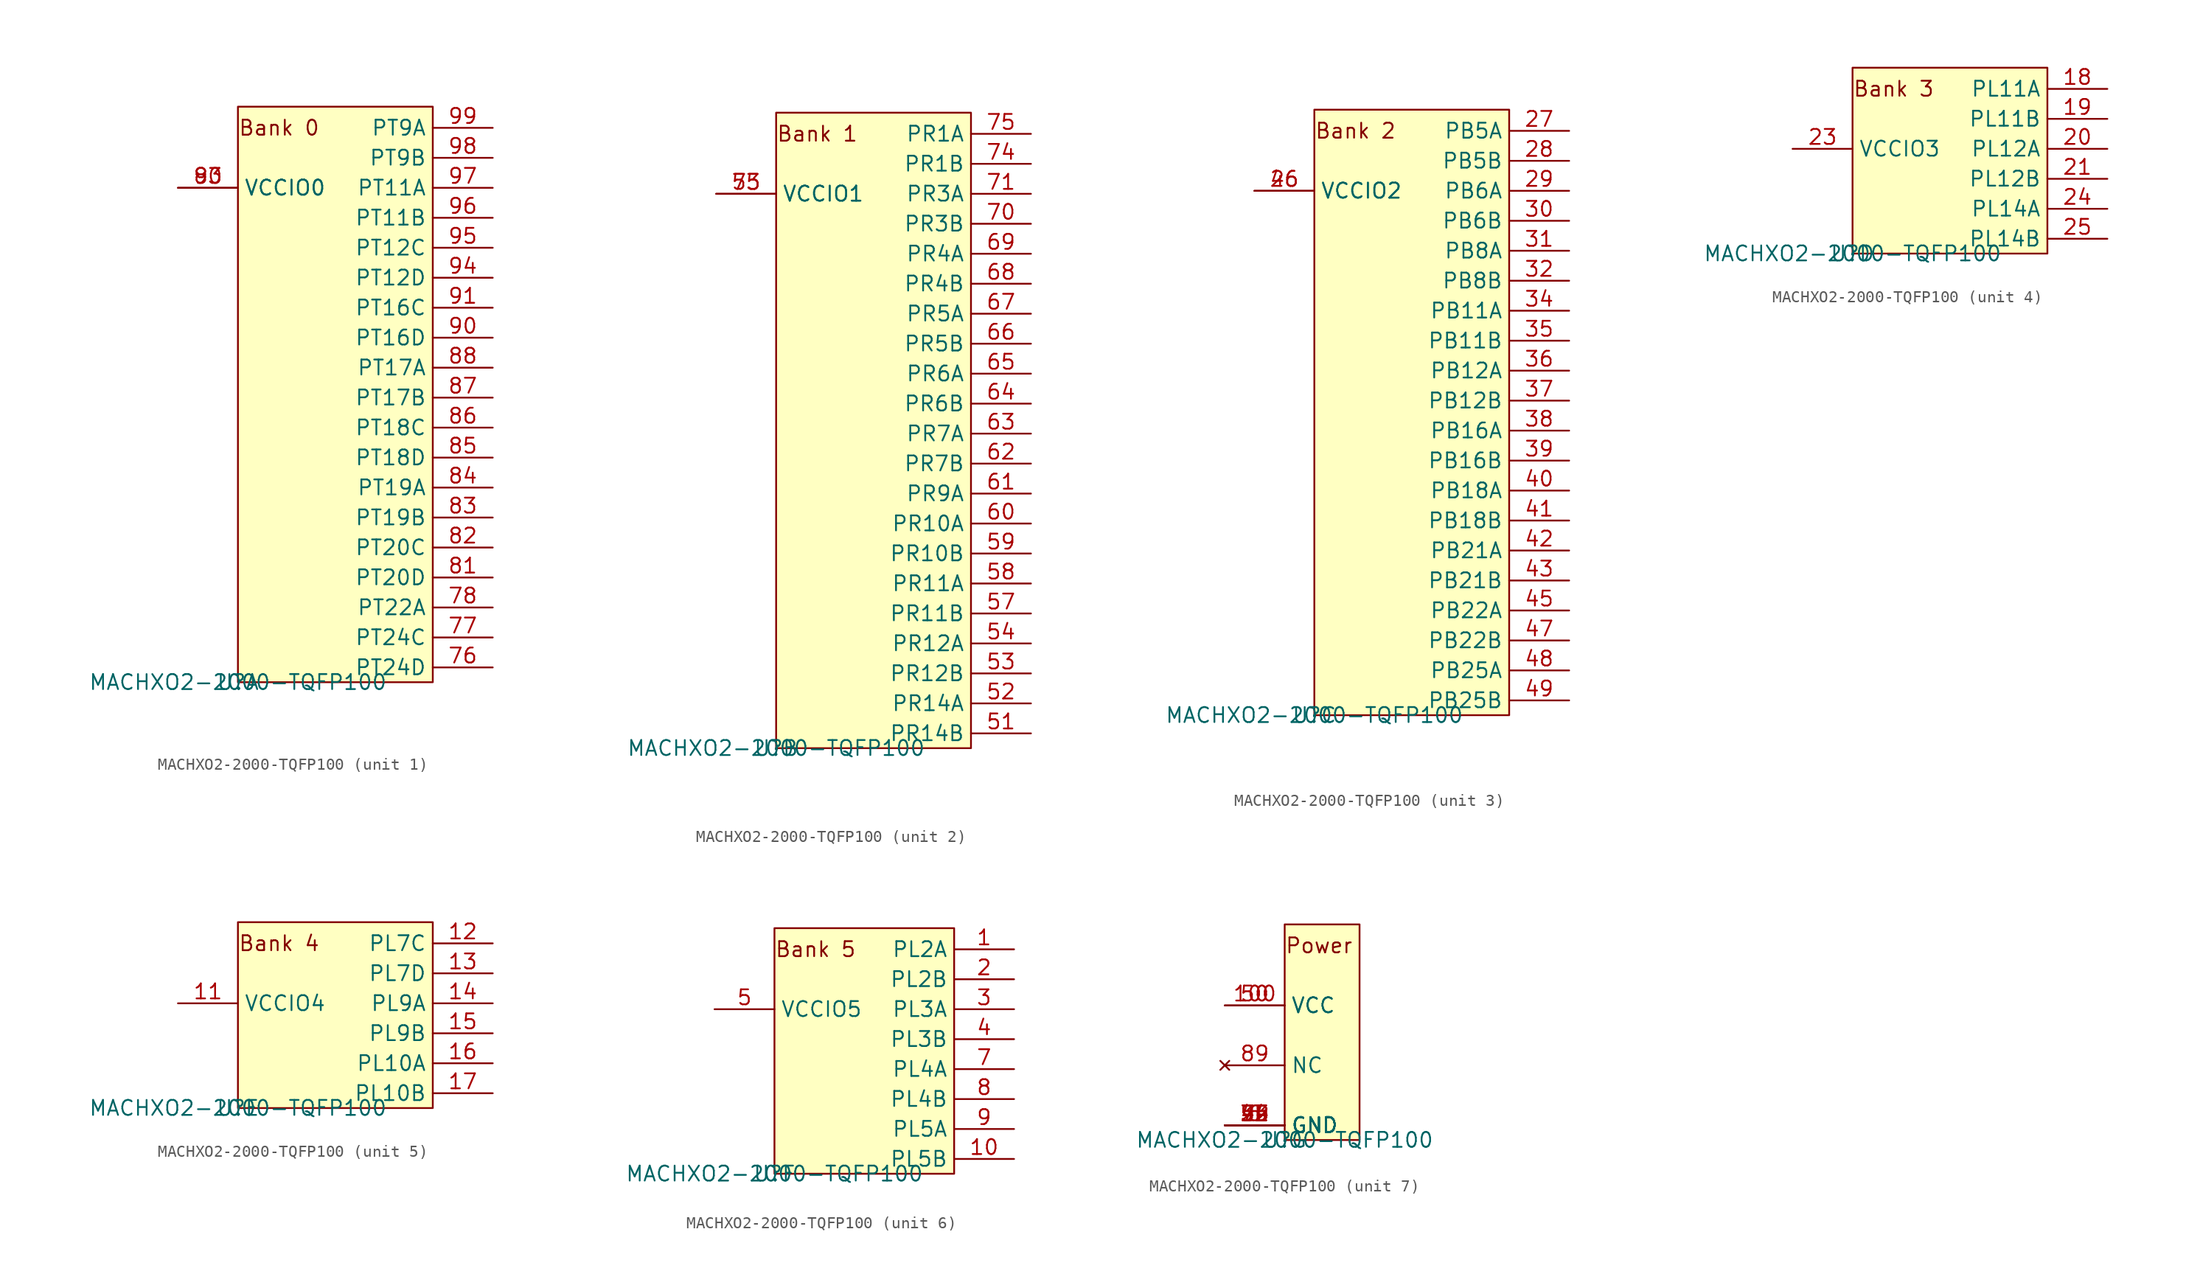
<source format=kicad_sym>
(kicad_symbol_lib
  (version 20211014)
  (generator kicad_symbol_editor)
  (symbol "MACHXO2-2000-TQFP100"
    (property "Reference" "U"
      (at 0 0 0)
      (effects (font (size 1.27 1.27))))
    (property "Value" "MACHXO2-2000-TQFP100"
      (at 0 0 0)
      (effects (font (size 1.27 1.27))))
    (property "ki_locked" ""
      (at 0 0 0)
      (effects (font (size 1.27 1.27))))
    (symbol "MACHXO2-2000-TQFP100_1_0"
      (pin power_in line (at -5.08 41.894 0) (length 5.08) (name "VCCIO0" (effects (font (size 1.27 1.27)))) (number "80" (effects (font (size 1.27 1.27)))))
      (pin power_in line (at -5.08 41.894 0) (length 5.08) (name "VCCIO0" (effects (font (size 1.27 1.27)))) (number "93" (effects (font (size 1.27 1.27)))))
      (pin bidirectional line (at 21.59 46.974 180) (length 5.08) (name "PT9A" (effects (font (size 1.27 1.27)))) (number "99" (effects (font (size 1.27 1.27)))))
      (pin bidirectional line (at 21.59 44.434 180) (length 5.08) (name "PT9B" (effects (font (size 1.27 1.27)))) (number "98" (effects (font (size 1.27 1.27)))))
      (pin bidirectional line (at 21.59 41.894 180) (length 5.08) (name "PT11A" (effects (font (size 1.27 1.27)))) (number "97" (effects (font (size 1.27 1.27)))))
      (pin bidirectional line (at 21.59 39.354 180) (length 5.08) (name "PT11B" (effects (font (size 1.27 1.27)))) (number "96" (effects (font (size 1.27 1.27)))))
      (pin bidirectional line (at 21.59 36.814 180) (length 5.08) (name "PT12C" (effects (font (size 1.27 1.27)))) (number "95" (effects (font (size 1.27 1.27)))))
      (pin bidirectional line (at 21.59 34.274 180) (length 5.08) (name "PT12D" (effects (font (size 1.27 1.27)))) (number "94" (effects (font (size 1.27 1.27)))))
      (pin bidirectional line (at 21.59 31.734 180) (length 5.08) (name "PT16C" (effects (font (size 1.27 1.27)))) (number "91" (effects (font (size 1.27 1.27)))))
      (pin bidirectional line (at 21.59 29.194 180) (length 5.08) (name "PT16D" (effects (font (size 1.27 1.27)))) (number "90" (effects (font (size 1.27 1.27)))))
      (pin bidirectional line (at 21.59 26.654 180) (length 5.08) (name "PT17A" (effects (font (size 1.27 1.27)))) (number "88" (effects (font (size 1.27 1.27)))))
      (pin bidirectional line (at 21.59 24.114 180) (length 5.08) (name "PT17B" (effects (font (size 1.27 1.27)))) (number "87" (effects (font (size 1.27 1.27)))))
      (pin bidirectional line (at 21.59 21.574 180) (length 5.08) (name "PT18C" (effects (font (size 1.27 1.27)))) (number "86" (effects (font (size 1.27 1.27)))))
      (pin bidirectional line (at 21.59 19.034 180) (length 5.08) (name "PT18D" (effects (font (size 1.27 1.27)))) (number "85" (effects (font (size 1.27 1.27)))))
      (pin bidirectional line (at 21.59 16.494 180) (length 5.08) (name "PT19A" (effects (font (size 1.27 1.27)))) (number "84" (effects (font (size 1.27 1.27)))))
      (pin bidirectional line (at 21.59 13.954 180) (length 5.08) (name "PT19B" (effects (font (size 1.27 1.27)))) (number "83" (effects (font (size 1.27 1.27)))))
      (pin bidirectional line (at 21.59 11.414 180) (length 5.08) (name "PT20C" (effects (font (size 1.27 1.27)))) (number "82" (effects (font (size 1.27 1.27)))))
      (pin bidirectional line (at 21.59 8.874 180) (length 5.08) (name "PT20D" (effects (font (size 1.27 1.27)))) (number "81" (effects (font (size 1.27 1.27)))))
      (pin bidirectional line (at 21.59 6.334 180) (length 5.08) (name "PT22A" (effects (font (size 1.27 1.27)))) (number "78" (effects (font (size 1.27 1.27)))))
      (pin bidirectional line (at 21.59 3.794 180) (length 5.08) (name "PT24C" (effects (font (size 1.27 1.27)))) (number "77" (effects (font (size 1.27 1.27)))))
      (pin bidirectional line (at 21.59 1.254 180) (length 5.08) (name "PT24D" (effects (font (size 1.27 1.27)))) (number "76" (effects (font (size 1.27 1.27))))))
    (symbol "MACHXO2-2000-TQFP100_1_1"
      (rectangle (start 0 0) (end 16.51 48.768) (stroke (width 0) (type default) (color 0 0 0 0)) (fill (type background)))
      (text "Bank 0" (at 0 46.974 0) (effects (font (size 1.27 1.27)) (justify left))))
    (symbol "MACHXO2-2000-TQFP100_2_0"
      (pin power_in line (at -5.08 46.974 0) (length 5.08) (name "VCCIO1" (effects (font (size 1.27 1.27)))) (number "55" (effects (font (size 1.27 1.27)))))
      (pin power_in line (at -5.08 46.974 0) (length 5.08) (name "VCCIO1" (effects (font (size 1.27 1.27)))) (number "73" (effects (font (size 1.27 1.27)))))
      (pin bidirectional line (at 21.59 52.054 180) (length 5.08) (name "PR1A" (effects (font (size 1.27 1.27)))) (number "75" (effects (font (size 1.27 1.27)))))
      (pin bidirectional line (at 21.59 49.514 180) (length 5.08) (name "PR1B" (effects (font (size 1.27 1.27)))) (number "74" (effects (font (size 1.27 1.27)))))
      (pin bidirectional line (at 21.59 46.974 180) (length 5.08) (name "PR3A" (effects (font (size 1.27 1.27)))) (number "71" (effects (font (size 1.27 1.27)))))
      (pin bidirectional line (at 21.59 44.434 180) (length 5.08) (name "PR3B" (effects (font (size 1.27 1.27)))) (number "70" (effects (font (size 1.27 1.27)))))
      (pin bidirectional line (at 21.59 41.894 180) (length 5.08) (name "PR4A" (effects (font (size 1.27 1.27)))) (number "69" (effects (font (size 1.27 1.27)))))
      (pin bidirectional line (at 21.59 39.354 180) (length 5.08) (name "PR4B" (effects (font (size 1.27 1.27)))) (number "68" (effects (font (size 1.27 1.27)))))
      (pin bidirectional line (at 21.59 36.814 180) (length 5.08) (name "PR5A" (effects (font (size 1.27 1.27)))) (number "67" (effects (font (size 1.27 1.27)))))
      (pin bidirectional line (at 21.59 34.274 180) (length 5.08) (name "PR5B" (effects (font (size 1.27 1.27)))) (number "66" (effects (font (size 1.27 1.27)))))
      (pin bidirectional line (at 21.59 31.734 180) (length 5.08) (name "PR6A" (effects (font (size 1.27 1.27)))) (number "65" (effects (font (size 1.27 1.27)))))
      (pin bidirectional line (at 21.59 29.194 180) (length 5.08) (name "PR6B" (effects (font (size 1.27 1.27)))) (number "64" (effects (font (size 1.27 1.27)))))
      (pin bidirectional line (at 21.59 26.654 180) (length 5.08) (name "PR7A" (effects (font (size 1.27 1.27)))) (number "63" (effects (font (size 1.27 1.27)))))
      (pin bidirectional line (at 21.59 24.114 180) (length 5.08) (name "PR7B" (effects (font (size 1.27 1.27)))) (number "62" (effects (font (size 1.27 1.27)))))
      (pin bidirectional line (at 21.59 21.574 180) (length 5.08) (name "PR9A" (effects (font (size 1.27 1.27)))) (number "61" (effects (font (size 1.27 1.27)))))
      (pin bidirectional line (at 21.59 19.034 180) (length 5.08) (name "PR10A" (effects (font (size 1.27 1.27)))) (number "60" (effects (font (size 1.27 1.27)))))
      (pin bidirectional line (at 21.59 16.494 180) (length 5.08) (name "PR10B" (effects (font (size 1.27 1.27)))) (number "59" (effects (font (size 1.27 1.27)))))
      (pin bidirectional line (at 21.59 13.954 180) (length 5.08) (name "PR11A" (effects (font (size 1.27 1.27)))) (number "58" (effects (font (size 1.27 1.27)))))
      (pin bidirectional line (at 21.59 11.414 180) (length 5.08) (name "PR11B" (effects (font (size 1.27 1.27)))) (number "57" (effects (font (size 1.27 1.27)))))
      (pin bidirectional line (at 21.59 8.874 180) (length 5.08) (name "PR12A" (effects (font (size 1.27 1.27)))) (number "54" (effects (font (size 1.27 1.27)))))
      (pin bidirectional line (at 21.59 6.334 180) (length 5.08) (name "PR12B" (effects (font (size 1.27 1.27)))) (number "53" (effects (font (size 1.27 1.27)))))
      (pin bidirectional line (at 21.59 3.794 180) (length 5.08) (name "PR14A" (effects (font (size 1.27 1.27)))) (number "52" (effects (font (size 1.27 1.27)))))
      (pin bidirectional line (at 21.59 1.254 180) (length 5.08) (name "PR14B" (effects (font (size 1.27 1.27)))) (number "51" (effects (font (size 1.27 1.27))))))
    (symbol "MACHXO2-2000-TQFP100_2_1"
      (rectangle (start 0 0) (end 16.51 53.848) (stroke (width 0) (type default) (color 0 0 0 0)) (fill (type background)))
      (text "Bank 1" (at 0 52.054 0) (effects (font (size 1.27 1.27)) (justify left))))
    (symbol "MACHXO2-2000-TQFP100_3_0"
      (pin power_in line (at -5.08 44.434 0) (length 5.08) (name "VCCIO2" (effects (font (size 1.27 1.27)))) (number "26" (effects (font (size 1.27 1.27)))))
      (pin power_in line (at -5.08 44.434 0) (length 5.08) (name "VCCIO2" (effects (font (size 1.27 1.27)))) (number "46" (effects (font (size 1.27 1.27)))))
      (pin bidirectional line (at 21.59 49.514 180) (length 5.08) (name "PB5A" (effects (font (size 1.27 1.27)))) (number "27" (effects (font (size 1.27 1.27)))))
      (pin bidirectional line (at 21.59 46.974 180) (length 5.08) (name "PB5B" (effects (font (size 1.27 1.27)))) (number "28" (effects (font (size 1.27 1.27)))))
      (pin bidirectional line (at 21.59 44.434 180) (length 5.08) (name "PB6A" (effects (font (size 1.27 1.27)))) (number "29" (effects (font (size 1.27 1.27)))))
      (pin bidirectional line (at 21.59 41.894 180) (length 5.08) (name "PB6B" (effects (font (size 1.27 1.27)))) (number "30" (effects (font (size 1.27 1.27)))))
      (pin bidirectional line (at 21.59 39.354 180) (length 5.08) (name "PB8A" (effects (font (size 1.27 1.27)))) (number "31" (effects (font (size 1.27 1.27)))))
      (pin bidirectional line (at 21.59 36.814 180) (length 5.08) (name "PB8B" (effects (font (size 1.27 1.27)))) (number "32" (effects (font (size 1.27 1.27)))))
      (pin bidirectional line (at 21.59 34.274 180) (length 5.08) (name "PB11A" (effects (font (size 1.27 1.27)))) (number "34" (effects (font (size 1.27 1.27)))))
      (pin bidirectional line (at 21.59 31.734 180) (length 5.08) (name "PB11B" (effects (font (size 1.27 1.27)))) (number "35" (effects (font (size 1.27 1.27)))))
      (pin bidirectional line (at 21.59 29.194 180) (length 5.08) (name "PB12A" (effects (font (size 1.27 1.27)))) (number "36" (effects (font (size 1.27 1.27)))))
      (pin bidirectional line (at 21.59 26.654 180) (length 5.08) (name "PB12B" (effects (font (size 1.27 1.27)))) (number "37" (effects (font (size 1.27 1.27)))))
      (pin bidirectional line (at 21.59 24.114 180) (length 5.08) (name "PB16A" (effects (font (size 1.27 1.27)))) (number "38" (effects (font (size 1.27 1.27)))))
      (pin bidirectional line (at 21.59 21.574 180) (length 5.08) (name "PB16B" (effects (font (size 1.27 1.27)))) (number "39" (effects (font (size 1.27 1.27)))))
      (pin bidirectional line (at 21.59 19.034 180) (length 5.08) (name "PB18A" (effects (font (size 1.27 1.27)))) (number "40" (effects (font (size 1.27 1.27)))))
      (pin bidirectional line (at 21.59 16.494 180) (length 5.08) (name "PB18B" (effects (font (size 1.27 1.27)))) (number "41" (effects (font (size 1.27 1.27)))))
      (pin bidirectional line (at 21.59 13.954 180) (length 5.08) (name "PB21A" (effects (font (size 1.27 1.27)))) (number "42" (effects (font (size 1.27 1.27)))))
      (pin bidirectional line (at 21.59 11.414 180) (length 5.08) (name "PB21B" (effects (font (size 1.27 1.27)))) (number "43" (effects (font (size 1.27 1.27)))))
      (pin bidirectional line (at 21.59 8.874 180) (length 5.08) (name "PB22A" (effects (font (size 1.27 1.27)))) (number "45" (effects (font (size 1.27 1.27)))))
      (pin bidirectional line (at 21.59 6.334 180) (length 5.08) (name "PB22B" (effects (font (size 1.27 1.27)))) (number "47" (effects (font (size 1.27 1.27)))))
      (pin bidirectional line (at 21.59 3.794 180) (length 5.08) (name "PB25A" (effects (font (size 1.27 1.27)))) (number "48" (effects (font (size 1.27 1.27)))))
      (pin bidirectional line (at 21.59 1.254 180) (length 5.08) (name "PB25B" (effects (font (size 1.27 1.27)))) (number "49" (effects (font (size 1.27 1.27))))))
    (symbol "MACHXO2-2000-TQFP100_3_1"
      (rectangle (start 0 0) (end 16.51 51.308) (stroke (width 0) (type default) (color 0 0 0 0)) (fill (type background)))
      (text "Bank 2" (at 0 49.514 0) (effects (font (size 1.27 1.27)) (justify left))))
    (symbol "MACHXO2-2000-TQFP100_4_0"
      (pin power_in line (at -5.08 8.874 0) (length 5.08) (name "VCCIO3" (effects (font (size 1.27 1.27)))) (number "23" (effects (font (size 1.27 1.27)))))
      (pin bidirectional line (at 21.59 13.954 180) (length 5.08) (name "PL11A" (effects (font (size 1.27 1.27)))) (number "18" (effects (font (size 1.27 1.27)))))
      (pin bidirectional line (at 21.59 11.414 180) (length 5.08) (name "PL11B" (effects (font (size 1.27 1.27)))) (number "19" (effects (font (size 1.27 1.27)))))
      (pin bidirectional line (at 21.59 8.874 180) (length 5.08) (name "PL12A" (effects (font (size 1.27 1.27)))) (number "20" (effects (font (size 1.27 1.27)))))
      (pin bidirectional line (at 21.59 6.334 180) (length 5.08) (name "PL12B" (effects (font (size 1.27 1.27)))) (number "21" (effects (font (size 1.27 1.27)))))
      (pin bidirectional line (at 21.59 3.794 180) (length 5.08) (name "PL14A" (effects (font (size 1.27 1.27)))) (number "24" (effects (font (size 1.27 1.27)))))
      (pin bidirectional line (at 21.59 1.254 180) (length 5.08) (name "PL14B" (effects (font (size 1.27 1.27)))) (number "25" (effects (font (size 1.27 1.27))))))
    (symbol "MACHXO2-2000-TQFP100_4_1"
      (rectangle (start 0 0) (end 16.51 15.748) (stroke (width 0) (type default) (color 0 0 0 0)) (fill (type background)))
      (text "Bank 3" (at 0 13.954 0) (effects (font (size 1.27 1.27)) (justify left))))
    (symbol "MACHXO2-2000-TQFP100_5_0"
      (pin power_in line (at -5.08 8.874 0) (length 5.08) (name "VCCIO4" (effects (font (size 1.27 1.27)))) (number "11" (effects (font (size 1.27 1.27)))))
      (pin bidirectional line (at 21.59 13.954 180) (length 5.08) (name "PL7C" (effects (font (size 1.27 1.27)))) (number "12" (effects (font (size 1.27 1.27)))))
      (pin bidirectional line (at 21.59 11.414 180) (length 5.08) (name "PL7D" (effects (font (size 1.27 1.27)))) (number "13" (effects (font (size 1.27 1.27)))))
      (pin bidirectional line (at 21.59 8.874 180) (length 5.08) (name "PL9A" (effects (font (size 1.27 1.27)))) (number "14" (effects (font (size 1.27 1.27)))))
      (pin bidirectional line (at 21.59 6.334 180) (length 5.08) (name "PL9B" (effects (font (size 1.27 1.27)))) (number "15" (effects (font (size 1.27 1.27)))))
      (pin bidirectional line (at 21.59 3.794 180) (length 5.08) (name "PL10A" (effects (font (size 1.27 1.27)))) (number "16" (effects (font (size 1.27 1.27)))))
      (pin bidirectional line (at 21.59 1.254 180) (length 5.08) (name "PL10B" (effects (font (size 1.27 1.27)))) (number "17" (effects (font (size 1.27 1.27))))))
    (symbol "MACHXO2-2000-TQFP100_5_1"
      (rectangle (start 0 0) (end 16.51 15.748) (stroke (width 0) (type default) (color 0 0 0 0)) (fill (type background)))
      (text "Bank 4" (at 0 13.954 0) (effects (font (size 1.27 1.27)) (justify left))))
    (symbol "MACHXO2-2000-TQFP100_6_0"
      (pin power_in line (at -5.08 13.954 0) (length 5.08) (name "VCCIO5" (effects (font (size 1.27 1.27)))) (number "5" (effects (font (size 1.27 1.27)))))
      (pin bidirectional line (at 20.32 19.034 180) (length 5.08) (name "PL2A" (effects (font (size 1.27 1.27)))) (number "1" (effects (font (size 1.27 1.27)))))
      (pin bidirectional line (at 20.32 16.494 180) (length 5.08) (name "PL2B" (effects (font (size 1.27 1.27)))) (number "2" (effects (font (size 1.27 1.27)))))
      (pin bidirectional line (at 20.32 13.954 180) (length 5.08) (name "PL3A" (effects (font (size 1.27 1.27)))) (number "3" (effects (font (size 1.27 1.27)))))
      (pin bidirectional line (at 20.32 11.414 180) (length 5.08) (name "PL3B" (effects (font (size 1.27 1.27)))) (number "4" (effects (font (size 1.27 1.27)))))
      (pin bidirectional line (at 20.32 8.874 180) (length 5.08) (name "PL4A" (effects (font (size 1.27 1.27)))) (number "7" (effects (font (size 1.27 1.27)))))
      (pin bidirectional line (at 20.32 6.334 180) (length 5.08) (name "PL4B" (effects (font (size 1.27 1.27)))) (number "8" (effects (font (size 1.27 1.27)))))
      (pin bidirectional line (at 20.32 3.794 180) (length 5.08) (name "PL5A" (effects (font (size 1.27 1.27)))) (number "9" (effects (font (size 1.27 1.27)))))
      (pin bidirectional line (at 20.32 1.254 180) (length 5.08) (name "PL5B" (effects (font (size 1.27 1.27)))) (number "10" (effects (font (size 1.27 1.27))))))
    (symbol "MACHXO2-2000-TQFP100_6_1"
      (rectangle (start 0 0) (end 15.24 20.828) (stroke (width 0) (type default) (color 0 0 0 0)) (fill (type background)))
      (text "Bank 5" (at 0 19.034 0) (effects (font (size 1.27 1.27)) (justify left))))
    (symbol "MACHXO2-2000-TQFP100_7_0"
      (pin power_in line (at -5.08 11.414 0) (length 5.08) (name "VCC" (effects (font (size 1.27 1.27)))) (number "50" (effects (font (size 1.27 1.27)))))
      (pin power_in line (at -5.08 11.414 0) (length 5.08) (name "VCC" (effects (font (size 1.27 1.27)))) (number "100" (effects (font (size 1.27 1.27)))))
      (pin no_connect line (at -5.08 6.334 0) (length 5.08) (name "NC" (effects (font (size 1.27 1.27)))) (number "89" (effects (font (size 1.27 1.27)))))
      (pin power_in line (at -5.08 1.254 0) (length 5.08) (name "GND" (effects (font (size 1.27 1.27)))) (number "6" (effects (font (size 1.27 1.27)))))
      (pin power_in line (at -5.08 1.254 0) (length 5.08) (name "GND" (effects (font (size 1.27 1.27)))) (number "22" (effects (font (size 1.27 1.27)))))
      (pin power_in line (at -5.08 1.254 0) (length 5.08) (name "GND" (effects (font (size 1.27 1.27)))) (number "33" (effects (font (size 1.27 1.27)))))
      (pin power_in line (at -5.08 1.254 0) (length 5.08) (name "GND" (effects (font (size 1.27 1.27)))) (number "44" (effects (font (size 1.27 1.27)))))
      (pin power_in line (at -5.08 1.254 0) (length 5.08) (name "GND" (effects (font (size 1.27 1.27)))) (number "56" (effects (font (size 1.27 1.27)))))
      (pin power_in line (at -5.08 1.254 0) (length 5.08) (name "GND" (effects (font (size 1.27 1.27)))) (number "72" (effects (font (size 1.27 1.27)))))
      (pin power_in line (at -5.08 1.254 0) (length 5.08) (name "GND" (effects (font (size 1.27 1.27)))) (number "79" (effects (font (size 1.27 1.27)))))
      (pin power_in line (at -5.08 1.254 0) (length 5.08) (name "GND" (effects (font (size 1.27 1.27)))) (number "92" (effects (font (size 1.27 1.27))))))
    (symbol "MACHXO2-2000-TQFP100_7_1"
      (rectangle (start 0 0) (end 6.35 18.288) (stroke (width 0) (type default) (color 0 0 0 0)) (fill (type background)))
      (text "Power" (at 0 16.494 0) (effects (font (size 1.27 1.27)) (justify left))))))
</source>
